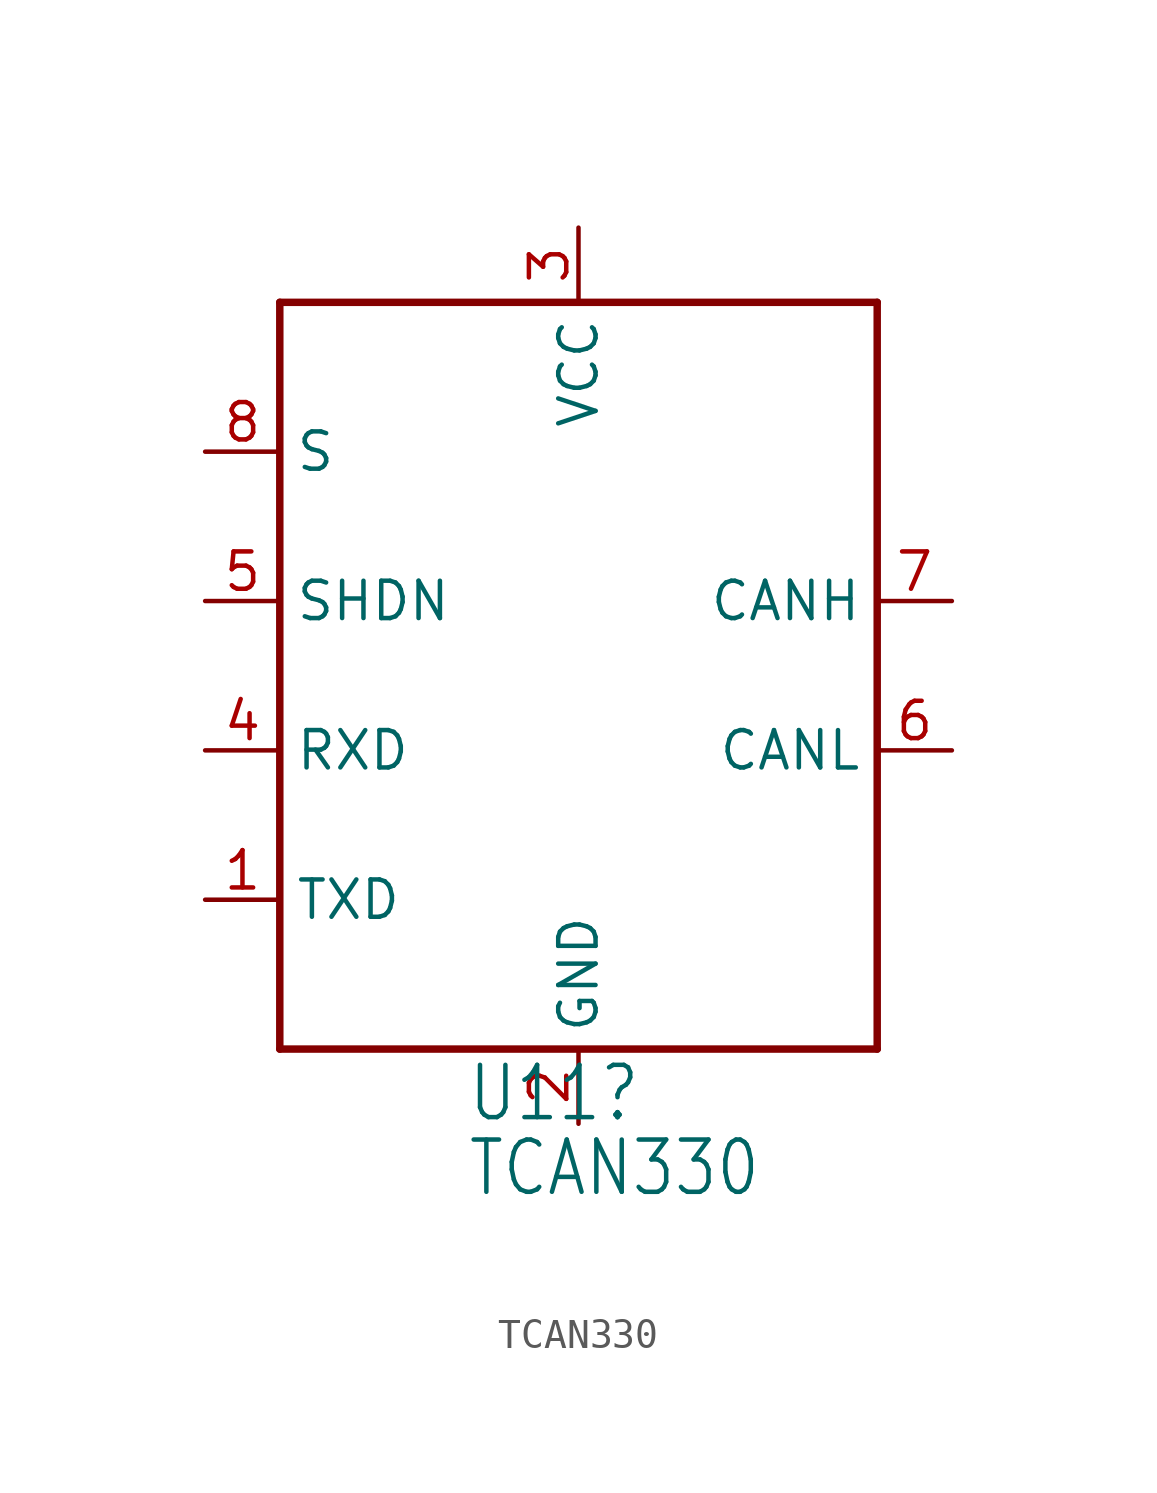
<source format=kicad_sym>
(kicad_symbol_lib
  (version 20211014)
  (generator kicad_symbol_editor)
  (symbol "TCAN330"
    (property "Reference" "U11"
      (at -3.81 -15.24 0)
      (effects (font (size 1.778 1.511)) (justify left bottom)))
    (property "Value" "TCAN330"
      (at -3.81 -17.78 0)
      (effects (font (size 1.778 1.511)) (justify left bottom)))
    (symbol "TCAN330_1_0"
      (polyline (pts (xy -10.16 -12.7) (xy 10.16 -12.7)) (stroke (width 0.254) (type default) (color 0 0 0 0)) (fill (type none)))
      (polyline (pts (xy -10.16 12.7) (xy -10.16 -12.7)) (stroke (width 0.254) (type default) (color 0 0 0 0)) (fill (type none)))
      (polyline (pts (xy 10.16 -12.7) (xy 10.16 12.7)) (stroke (width 0.254) (type default) (color 0 0 0 0)) (fill (type none)))
      (polyline (pts (xy 10.16 12.7) (xy -10.16 12.7)) (stroke (width 0.254) (type default) (color 0 0 0 0)) (fill (type none)))
      (pin input line (at -12.7 -7.62 0) (length 2.54) (name "TXD" (effects (font (size 1.27 1.27)))) (number "1" (effects (font (size 1.27 1.27)))))
      (pin power_in line (at 0 -15.24 90) (length 2.54) (name "GND" (effects (font (size 1.27 1.27)))) (number "2" (effects (font (size 1.27 1.27)))))
      (pin power_in line (at 0 15.24 270) (length 2.54) (name "VCC" (effects (font (size 1.27 1.27)))) (number "3" (effects (font (size 1.27 1.27)))))
      (pin output line (at -12.7 -2.54 0) (length 2.54) (name "RXD" (effects (font (size 1.27 1.27)))) (number "4" (effects (font (size 1.27 1.27)))))
      (pin input line (at -12.7 2.54 0) (length 2.54) (name "SHDN" (effects (font (size 1.27 1.27)))) (number "5" (effects (font (size 1.27 1.27)))))
      (pin bidirectional line (at 12.7 -2.54 180) (length 2.54) (name "CANL" (effects (font (size 1.27 1.27)))) (number "6" (effects (font (size 1.27 1.27)))))
      (pin bidirectional line (at 12.7 2.54 180) (length 2.54) (name "CANH" (effects (font (size 1.27 1.27)))) (number "7" (effects (font (size 1.27 1.27)))))
      (pin input line (at -12.7 7.62 0) (length 2.54) (name "S" (effects (font (size 1.27 1.27)))) (number "8" (effects (font (size 1.27 1.27))))))))
</source>
